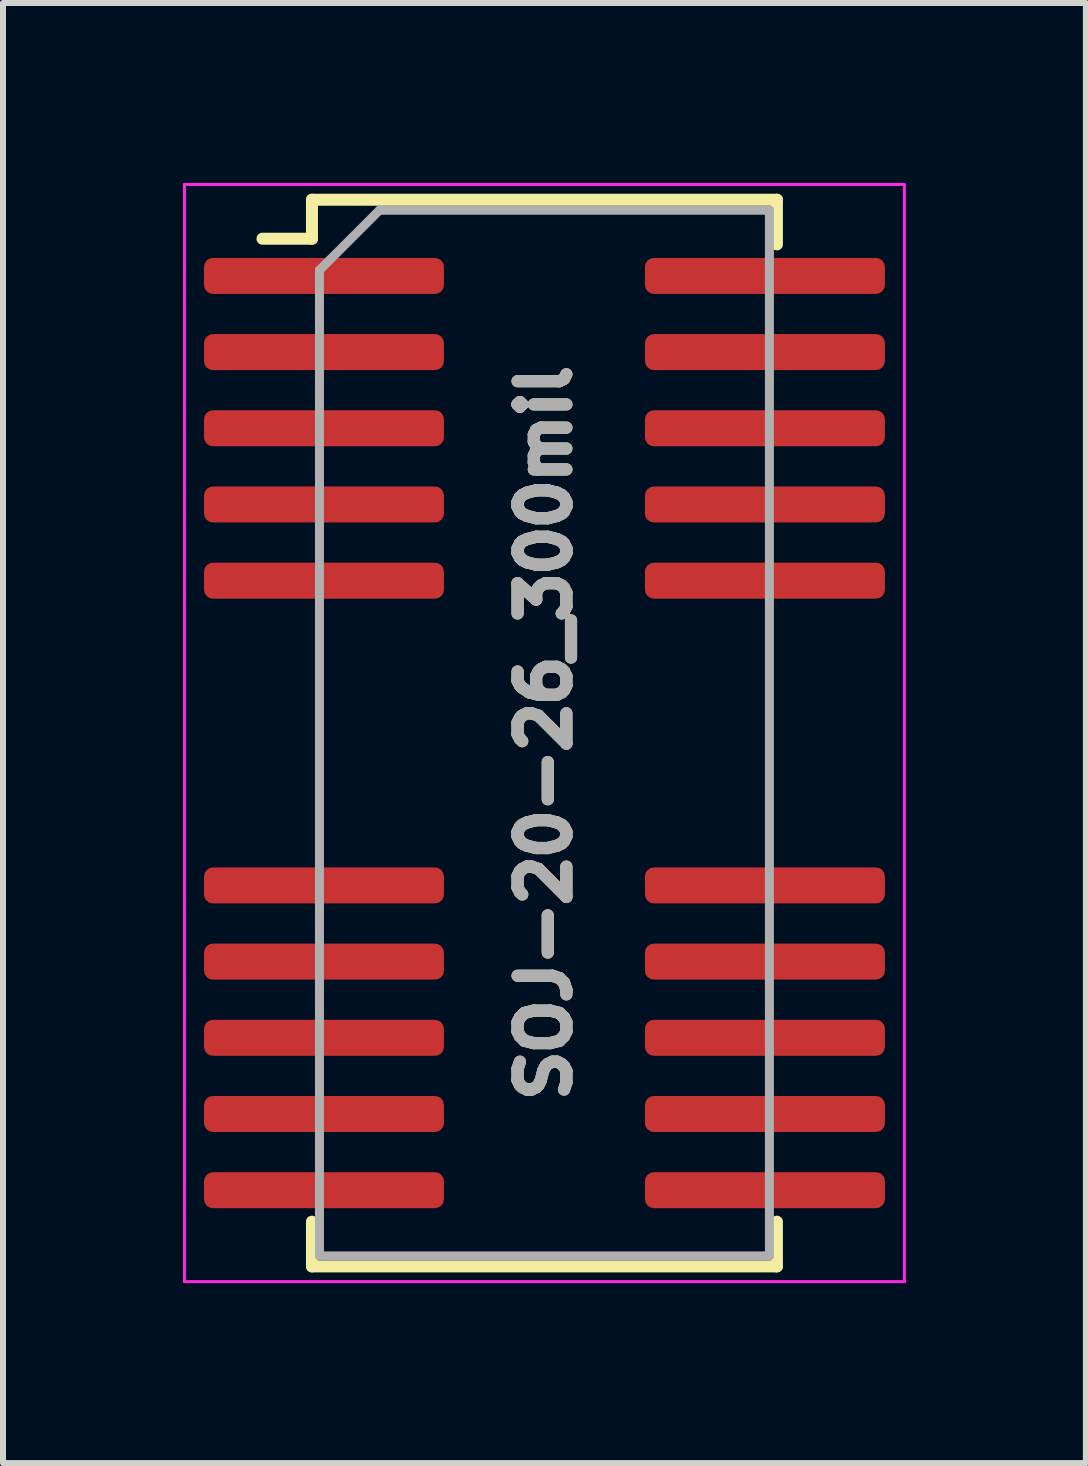
<source format=kicad_pcb>
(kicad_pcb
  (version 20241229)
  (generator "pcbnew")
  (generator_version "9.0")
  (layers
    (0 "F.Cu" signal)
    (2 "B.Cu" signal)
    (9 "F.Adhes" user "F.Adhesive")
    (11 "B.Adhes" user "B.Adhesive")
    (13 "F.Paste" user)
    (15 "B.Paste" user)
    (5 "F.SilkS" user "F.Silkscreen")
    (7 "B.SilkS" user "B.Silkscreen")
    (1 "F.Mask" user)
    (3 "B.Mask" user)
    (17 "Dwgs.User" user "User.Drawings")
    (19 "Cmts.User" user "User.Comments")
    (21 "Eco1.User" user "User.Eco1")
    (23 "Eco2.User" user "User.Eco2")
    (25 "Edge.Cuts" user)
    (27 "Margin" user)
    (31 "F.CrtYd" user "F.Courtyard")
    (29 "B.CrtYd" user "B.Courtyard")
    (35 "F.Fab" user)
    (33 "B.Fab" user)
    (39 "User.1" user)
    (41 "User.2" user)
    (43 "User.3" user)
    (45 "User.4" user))
  (footprint "SOJ-20-26_300mil"
    (layer "F.Cu")
    (at 6.025 9.169)
    (property "Reference" "SOJ-20-26_300mil" (at 0 0 90) (layer "F.Fab") (effects (font (size 0.813 0.813) (thickness 0.203))))
    (attr smd)
    (fp_line (start -3.875 -8.89) (end -3.875 -8.24) (stroke (width 0.2) (type solid)) (layer "F.SilkS"))
    (fp_line (start -3.875 -8.89) (end 3.875 -8.89) (stroke (width 0.2) (type solid)) (layer "F.SilkS"))
    (fp_line (start -3.875 -8.24) (end -4.7 -8.24) (stroke (width 0.2) (type solid)) (layer "F.SilkS"))
    (fp_line (start -3.875 8.89) (end -3.875 8.145) (stroke (width 0.2) (type solid)) (layer "F.SilkS"))
    (fp_line (start -3.875 8.89) (end 3.875 8.89) (stroke (width 0.2) (type solid)) (layer "F.SilkS"))
    (fp_line (start 3.875 -8.89) (end 3.875 -8.145) (stroke (width 0.2) (type solid)) (layer "F.SilkS"))
    (fp_line (start 3.875 8.89) (end 3.875 8.145) (stroke (width 0.2) (type solid)) (layer "F.SilkS"))
    (fp_line (start -6 -9.144) (end -6 9.144) (stroke (width 0.05) (type solid)) (layer "F.CrtYd"))
    (fp_line (start -6 -9.144) (end 6 -9.144) (stroke (width 0.05) (type solid)) (layer "F.CrtYd"))
    (fp_line (start -6 9.144) (end 6 9.144) (stroke (width 0.05) (type solid)) (layer "F.CrtYd"))
    (fp_line (start 6 -9.144) (end 6 9.144) (stroke (width 0.05) (type solid)) (layer "F.CrtYd"))
    (fp_line (start -3.75 -7.715) (end -2.75 -8.715) (stroke (width 0.15) (type solid)) (layer "F.Fab"))
    (fp_line (start -3.75 8.715) (end -3.75 -7.715) (stroke (width 0.15) (type solid)) (layer "F.Fab"))
    (fp_line (start -2.75 -8.715) (end 3.75 -8.715) (stroke (width 0.15) (type solid)) (layer "F.Fab"))
    (fp_line (start 3.75 -8.715) (end 3.75 8.715) (stroke (width 0.15) (type solid)) (layer "F.Fab"))
    (fp_line (start 3.75 8.715) (end -3.75 8.715) (stroke (width 0.15) (type solid)) (layer "F.Fab"))
    (fp_text user "${REFERENCE}" (at 0 0 90) (layer "F.SilkS") (effects (font (size 0.813 0.813) (thickness 0.203))))
    (pad "1" smd roundrect (at -3.675 -7.62) (size 4 0.6) (layers "F.Cu" "F.Mask" "F.Paste") (roundrect_rratio 0.25))
    (pad "2" smd roundrect (at -3.675 -6.35) (size 4 0.6) (layers "F.Cu" "F.Mask" "F.Paste") (roundrect_rratio 0.25))
    (pad "3" smd roundrect (at -3.675 -5.08) (size 4 0.6) (layers "F.Cu" "F.Mask" "F.Paste") (roundrect_rratio 0.25))
    (pad "4" smd roundrect (at -3.675 -3.81) (size 4 0.6) (layers "F.Cu" "F.Mask" "F.Paste") (roundrect_rratio 0.25))
    (pad "5" smd roundrect (at -3.675 -2.54) (size 4 0.6) (layers "F.Cu" "F.Mask" "F.Paste") (roundrect_rratio 0.25))
    (pad "9" smd roundrect (at -3.675 2.54) (size 4 0.6) (layers "F.Cu" "F.Mask" "F.Paste") (roundrect_rratio 0.25))
    (pad "10" smd roundrect (at -3.675 3.81) (size 4 0.6) (layers "F.Cu" "F.Mask" "F.Paste") (roundrect_rratio 0.25))
    (pad "11" smd roundrect (at -3.675 5.08) (size 4 0.6) (layers "F.Cu" "F.Mask" "F.Paste") (roundrect_rratio 0.25))
    (pad "12" smd roundrect (at -3.675 6.35) (size 4 0.6) (layers "F.Cu" "F.Mask" "F.Paste") (roundrect_rratio 0.25))
    (pad "13" smd roundrect (at -3.675 7.62) (size 4 0.6) (layers "F.Cu" "F.Mask" "F.Paste") (roundrect_rratio 0.25))
    (pad "14" smd roundrect (at 3.675 7.62) (size 4 0.6) (layers "F.Cu" "F.Mask" "F.Paste") (roundrect_rratio 0.25))
    (pad "15" smd roundrect (at 3.675 6.35) (size 4 0.6) (layers "F.Cu" "F.Mask" "F.Paste") (roundrect_rratio 0.25))
    (pad "16" smd roundrect (at 3.675 5.08) (size 4 0.6) (layers "F.Cu" "F.Mask" "F.Paste") (roundrect_rratio 0.25))
    (pad "17" smd roundrect (at 3.675 3.81) (size 4 0.6) (layers "F.Cu" "F.Mask" "F.Paste") (roundrect_rratio 0.25))
    (pad "18" smd roundrect (at 3.675 2.54) (size 4 0.6) (layers "F.Cu" "F.Mask" "F.Paste") (roundrect_rratio 0.25))
    (pad "22" smd roundrect (at 3.675 -2.54) (size 4 0.6) (layers "F.Cu" "F.Mask" "F.Paste") (roundrect_rratio 0.25))
    (pad "23" smd roundrect (at 3.675 -3.81) (size 4 0.6) (layers "F.Cu" "F.Mask" "F.Paste") (roundrect_rratio 0.25))
    (pad "24" smd roundrect (at 3.675 -5.08) (size 4 0.6) (layers "F.Cu" "F.Mask" "F.Paste") (roundrect_rratio 0.25))
    (pad "25" smd roundrect (at 3.675 -6.35) (size 4 0.6) (layers "F.Cu" "F.Mask" "F.Paste") (roundrect_rratio 0.25))
    (pad "26" smd roundrect (at 3.675 -7.62) (size 4 0.6) (layers "F.Cu" "F.Mask" "F.Paste") (roundrect_rratio 0.25)))
  (gr_rect
    (start -3 -3)
    (end 15.05 21.338)
    (stroke (width 0.1) (type default))
    (fill no)
    (layer "Edge.Cuts")))
</source>
